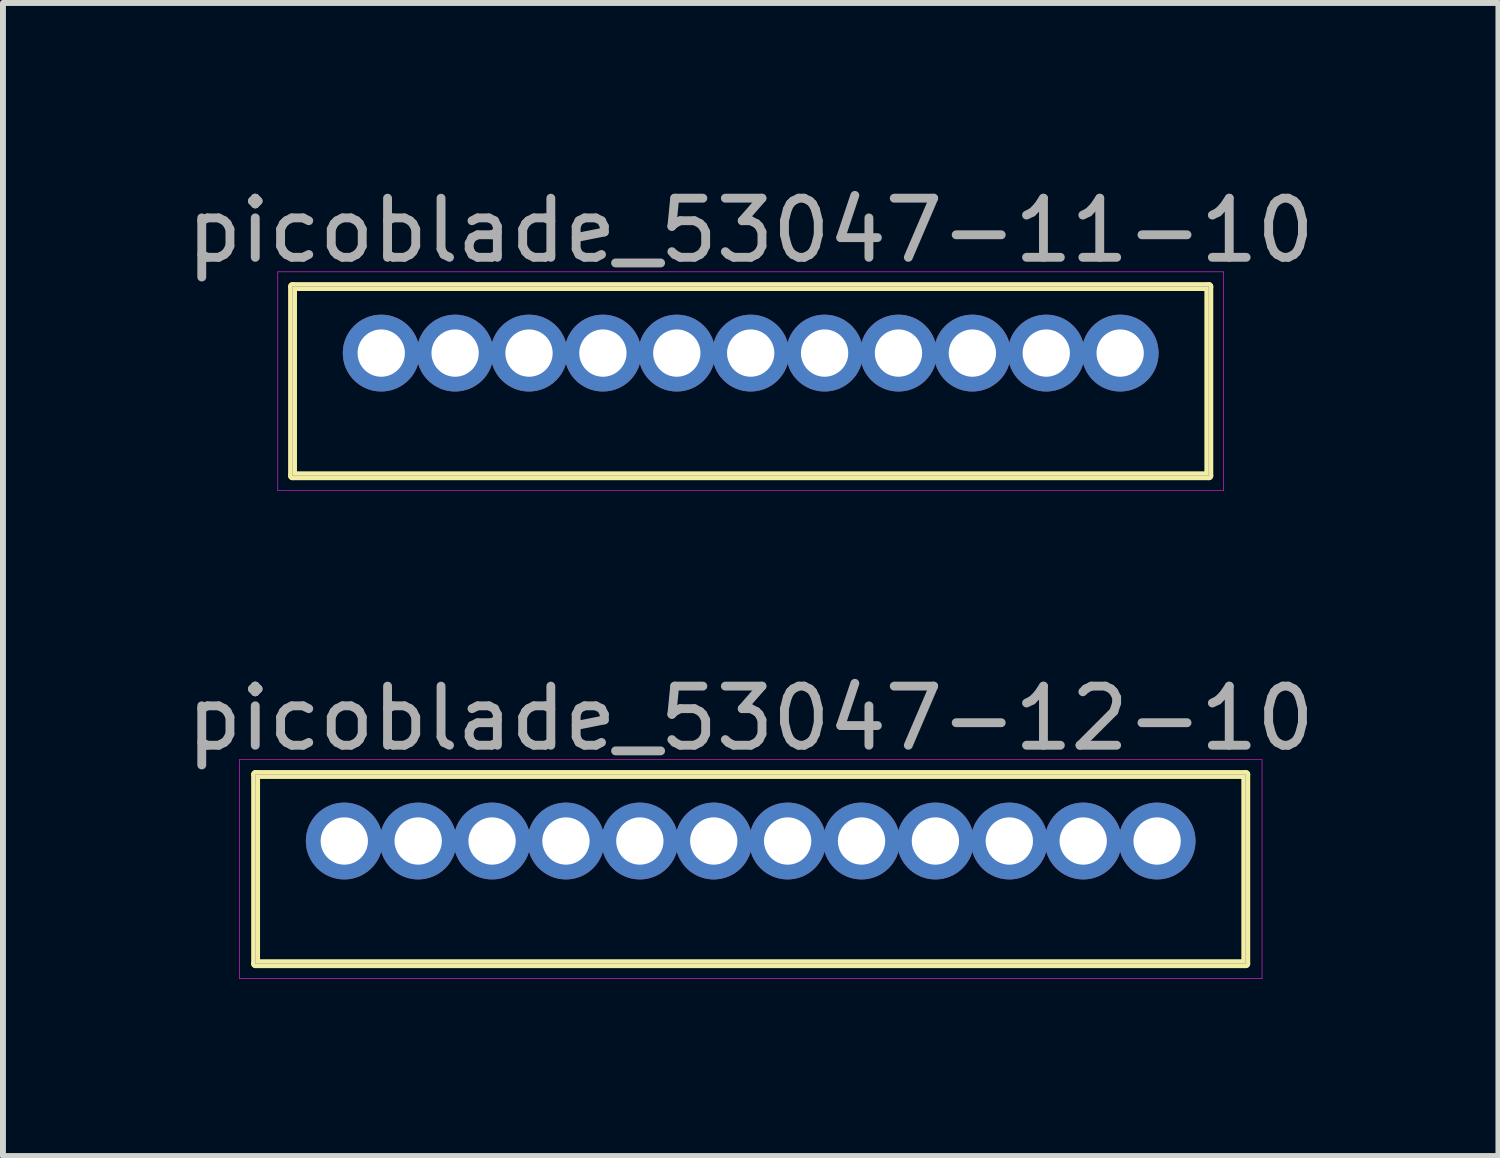
<source format=kicad_pcb>
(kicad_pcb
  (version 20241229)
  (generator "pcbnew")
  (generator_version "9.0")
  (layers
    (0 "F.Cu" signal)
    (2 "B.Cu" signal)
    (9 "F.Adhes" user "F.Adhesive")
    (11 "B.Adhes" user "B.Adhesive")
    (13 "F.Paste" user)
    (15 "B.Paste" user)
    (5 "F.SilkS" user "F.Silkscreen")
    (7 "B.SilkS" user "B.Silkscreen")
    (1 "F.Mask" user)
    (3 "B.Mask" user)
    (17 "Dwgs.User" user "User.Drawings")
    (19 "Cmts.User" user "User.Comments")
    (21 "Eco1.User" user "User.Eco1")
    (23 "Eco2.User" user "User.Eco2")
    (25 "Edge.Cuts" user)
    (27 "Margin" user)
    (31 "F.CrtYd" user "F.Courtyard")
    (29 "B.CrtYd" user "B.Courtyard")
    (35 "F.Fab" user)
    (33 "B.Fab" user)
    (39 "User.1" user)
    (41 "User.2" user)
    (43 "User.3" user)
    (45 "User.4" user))
  (footprint "picoblade_53047-11-10"
    (layer "F.Cu")
    (at 9.649 2.923)
    (property "Reference" "picoblade_53047-11-10" (at 0 -2.075 0) (layer "F.Fab") (effects (font (size 1 1) (thickness 0.15))))
    (attr through_hole)
    (fp_line (start -7.75 -1.125) (end 7.75 -1.125) (stroke (width 0.15) (type solid)) (layer "F.SilkS"))
    (fp_line (start -7.75 2.075) (end -7.75 -1.125) (stroke (width 0.15) (type solid)) (layer "F.SilkS"))
    (fp_line (start 7.75 -1.125) (end 7.75 2.075) (stroke (width 0.15) (type solid)) (layer "F.SilkS"))
    (fp_line (start 7.75 2.075) (end -7.75 2.075) (stroke (width 0.15) (type solid)) (layer "F.SilkS"))
    (fp_line (start -8 -1.375) (end 8 -1.375) (stroke (width 0.01) (type solid)) (layer "F.CrtYd"))
    (fp_line (start -8 2.325) (end -8 -1.375) (stroke (width 0.01) (type solid)) (layer "F.CrtYd"))
    (fp_line (start 8 -1.375) (end 8 2.325) (stroke (width 0.01) (type solid)) (layer "F.CrtYd"))
    (fp_line (start 8 2.325) (end -8 2.325) (stroke (width 0.01) (type solid)) (layer "F.CrtYd"))
    (fp_line (start -7.75 -1.125) (end 7.75 -1.125) (stroke (width 0.01) (type solid)) (layer "F.Fab"))
    (fp_line (start -7.75 2.075) (end -7.75 -1.125) (stroke (width 0.01) (type solid)) (layer "F.Fab"))
    (fp_line (start -6.5 -0.25) (end -6 -0.25) (stroke (width 0.01) (type solid)) (layer "F.Fab"))
    (fp_line (start -6.5 0.25) (end -6.5 -0.25) (stroke (width 0.01) (type solid)) (layer "F.Fab"))
    (fp_line (start -6 -0.25) (end -6 0.25) (stroke (width 0.01) (type solid)) (layer "F.Fab"))
    (fp_line (start -6 0.25) (end -6.5 0.25) (stroke (width 0.01) (type solid)) (layer "F.Fab"))
    (fp_line (start -5.25 -0.25) (end -4.75 -0.25) (stroke (width 0.01) (type solid)) (layer "F.Fab"))
    (fp_line (start -5.25 0.25) (end -5.25 -0.25) (stroke (width 0.01) (type solid)) (layer "F.Fab"))
    (fp_line (start -4.75 -0.25) (end -4.75 0.25) (stroke (width 0.01) (type solid)) (layer "F.Fab"))
    (fp_line (start -4.75 0.25) (end -5.25 0.25) (stroke (width 0.01) (type solid)) (layer "F.Fab"))
    (fp_line (start -4 -0.25) (end -3.5 -0.25) (stroke (width 0.01) (type solid)) (layer "F.Fab"))
    (fp_line (start -4 0.25) (end -4 -0.25) (stroke (width 0.01) (type solid)) (layer "F.Fab"))
    (fp_line (start -3.5 -0.25) (end -3.5 0.25) (stroke (width 0.01) (type solid)) (layer "F.Fab"))
    (fp_line (start -3.5 0.25) (end -4 0.25) (stroke (width 0.01) (type solid)) (layer "F.Fab"))
    (fp_line (start -2.75 -0.25) (end -2.25 -0.25) (stroke (width 0.01) (type solid)) (layer "F.Fab"))
    (fp_line (start -2.75 0.25) (end -2.75 -0.25) (stroke (width 0.01) (type solid)) (layer "F.Fab"))
    (fp_line (start -2.25 -0.25) (end -2.25 0.25) (stroke (width 0.01) (type solid)) (layer "F.Fab"))
    (fp_line (start -2.25 0.25) (end -2.75 0.25) (stroke (width 0.01) (type solid)) (layer "F.Fab"))
    (fp_line (start -1.5 -0.25) (end -1 -0.25) (stroke (width 0.01) (type solid)) (layer "F.Fab"))
    (fp_line (start -1.5 0.25) (end -1.5 -0.25) (stroke (width 0.01) (type solid)) (layer "F.Fab"))
    (fp_line (start -1 -0.25) (end -1 0.25) (stroke (width 0.01) (type solid)) (layer "F.Fab"))
    (fp_line (start -1 0.25) (end -1.5 0.25) (stroke (width 0.01) (type solid)) (layer "F.Fab"))
    (fp_line (start -0.25 -0.25) (end 0.25 -0.25) (stroke (width 0.01) (type solid)) (layer "F.Fab"))
    (fp_line (start -0.25 0.25) (end -0.25 -0.25) (stroke (width 0.01) (type solid)) (layer "F.Fab"))
    (fp_line (start 0.25 -0.25) (end 0.25 0.25) (stroke (width 0.01) (type solid)) (layer "F.Fab"))
    (fp_line (start 0.25 0.25) (end -0.25 0.25) (stroke (width 0.01) (type solid)) (layer "F.Fab"))
    (fp_line (start 1 -0.25) (end 1.5 -0.25) (stroke (width 0.01) (type solid)) (layer "F.Fab"))
    (fp_line (start 1 0.25) (end 1 -0.25) (stroke (width 0.01) (type solid)) (layer "F.Fab"))
    (fp_line (start 1.5 -0.25) (end 1.5 0.25) (stroke (width 0.01) (type solid)) (layer "F.Fab"))
    (fp_line (start 1.5 0.25) (end 1 0.25) (stroke (width 0.01) (type solid)) (layer "F.Fab"))
    (fp_line (start 2.25 -0.25) (end 2.75 -0.25) (stroke (width 0.01) (type solid)) (layer "F.Fab"))
    (fp_line (start 2.25 0.25) (end 2.25 -0.25) (stroke (width 0.01) (type solid)) (layer "F.Fab"))
    (fp_line (start 2.75 -0.25) (end 2.75 0.25) (stroke (width 0.01) (type solid)) (layer "F.Fab"))
    (fp_line (start 2.75 0.25) (end 2.25 0.25) (stroke (width 0.01) (type solid)) (layer "F.Fab"))
    (fp_line (start 3.5 -0.25) (end 4 -0.25) (stroke (width 0.01) (type solid)) (layer "F.Fab"))
    (fp_line (start 3.5 0.25) (end 3.5 -0.25) (stroke (width 0.01) (type solid)) (layer "F.Fab"))
    (fp_line (start 4 -0.25) (end 4 0.25) (stroke (width 0.01) (type solid)) (layer "F.Fab"))
    (fp_line (start 4 0.25) (end 3.5 0.25) (stroke (width 0.01) (type solid)) (layer "F.Fab"))
    (fp_line (start 4.75 -0.25) (end 5.25 -0.25) (stroke (width 0.01) (type solid)) (layer "F.Fab"))
    (fp_line (start 4.75 0.25) (end 4.75 -0.25) (stroke (width 0.01) (type solid)) (layer "F.Fab"))
    (fp_line (start 5.25 -0.25) (end 5.25 0.25) (stroke (width 0.01) (type solid)) (layer "F.Fab"))
    (fp_line (start 5.25 0.25) (end 4.75 0.25) (stroke (width 0.01) (type solid)) (layer "F.Fab"))
    (fp_line (start 6 -0.25) (end 6.5 -0.25) (stroke (width 0.01) (type solid)) (layer "F.Fab"))
    (fp_line (start 6 0.25) (end 6 -0.25) (stroke (width 0.01) (type solid)) (layer "F.Fab"))
    (fp_line (start 6.5 -0.25) (end 6.5 0.25) (stroke (width 0.01) (type solid)) (layer "F.Fab"))
    (fp_line (start 6.5 0.25) (end 6 0.25) (stroke (width 0.01) (type solid)) (layer "F.Fab"))
    (fp_line (start 7.75 -1.125) (end 7.75 2.075) (stroke (width 0.01) (type solid)) (layer "F.Fab"))
    (fp_line (start 7.75 2.075) (end -7.75 2.075) (stroke (width 0.01) (type solid)) (layer "F.Fab"))
    (pad "1" thru_hole circle (at 6.25 0) (size 1.3 1.3) (drill 0.8) (layers "*.Cu" "*.Mask"))
    (pad "2" thru_hole circle (at 5 0) (size 1.3 1.3) (drill 0.8) (layers "*.Cu" "*.Mask"))
    (pad "3" thru_hole circle (at 3.75 0) (size 1.3 1.3) (drill 0.8) (layers "*.Cu" "*.Mask"))
    (pad "4" thru_hole circle (at 2.5 0) (size 1.3 1.3) (drill 0.8) (layers "*.Cu" "*.Mask"))
    (pad "5" thru_hole circle (at 1.25 0) (size 1.3 1.3) (drill 0.8) (layers "*.Cu" "*.Mask"))
    (pad "6" thru_hole circle (at 0 0) (size 1.3 1.3) (drill 0.8) (layers "*.Cu" "*.Mask"))
    (pad "7" thru_hole circle (at -1.25 0) (size 1.3 1.3) (drill 0.8) (layers "*.Cu" "*.Mask"))
    (pad "8" thru_hole circle (at -2.5 0) (size 1.3 1.3) (drill 0.8) (layers "*.Cu" "*.Mask"))
    (pad "9" thru_hole circle (at -3.75 0) (size 1.3 1.3) (drill 0.8) (layers "*.Cu" "*.Mask"))
    (pad "10" thru_hole circle (at -5 0) (size 1.3 1.3) (drill 0.8) (layers "*.Cu" "*.Mask"))
    (pad "11" thru_hole circle (at -6.25 0) (size 1.3 1.3) (drill 0.8) (layers "*.Cu" "*.Mask")))
  (footprint "picoblade_53047-12-10"
    (layer "F.Cu")
    (at 9.649 11.177)
    (property "Reference" "picoblade_53047-12-10" (at 0 -2.075 0) (layer "F.Fab") (effects (font (size 1 1) (thickness 0.15))))
    (attr through_hole)
    (fp_line (start -8.375 -1.125) (end 8.375 -1.125) (stroke (width 0.15) (type solid)) (layer "F.SilkS"))
    (fp_line (start -8.375 2.075) (end -8.375 -1.125) (stroke (width 0.15) (type solid)) (layer "F.SilkS"))
    (fp_line (start 8.375 -1.125) (end 8.375 2.075) (stroke (width 0.15) (type solid)) (layer "F.SilkS"))
    (fp_line (start 8.375 2.075) (end -8.375 2.075) (stroke (width 0.15) (type solid)) (layer "F.SilkS"))
    (fp_line (start -8.65 -1.375) (end 8.65 -1.375) (stroke (width 0.01) (type solid)) (layer "F.CrtYd"))
    (fp_line (start -8.65 2.325) (end -8.65 -1.375) (stroke (width 0.01) (type solid)) (layer "F.CrtYd"))
    (fp_line (start 8.65 -1.375) (end 8.65 2.325) (stroke (width 0.01) (type solid)) (layer "F.CrtYd"))
    (fp_line (start 8.65 2.325) (end -8.65 2.325) (stroke (width 0.01) (type solid)) (layer "F.CrtYd"))
    (fp_line (start -8.375 -1.125) (end 8.375 -1.125) (stroke (width 0.01) (type solid)) (layer "F.Fab"))
    (fp_line (start -8.375 2.075) (end -8.375 -1.125) (stroke (width 0.01) (type solid)) (layer "F.Fab"))
    (fp_line (start -7.125 -0.25) (end -6.625 -0.25) (stroke (width 0.01) (type solid)) (layer "F.Fab"))
    (fp_line (start -7.125 0.25) (end -7.125 -0.25) (stroke (width 0.01) (type solid)) (layer "F.Fab"))
    (fp_line (start -6.625 -0.25) (end -6.625 0.25) (stroke (width 0.01) (type solid)) (layer "F.Fab"))
    (fp_line (start -6.625 0.25) (end -7.125 0.25) (stroke (width 0.01) (type solid)) (layer "F.Fab"))
    (fp_line (start -5.875 -0.25) (end -5.375 -0.25) (stroke (width 0.01) (type solid)) (layer "F.Fab"))
    (fp_line (start -5.875 0.25) (end -5.875 -0.25) (stroke (width 0.01) (type solid)) (layer "F.Fab"))
    (fp_line (start -5.375 -0.25) (end -5.375 0.25) (stroke (width 0.01) (type solid)) (layer "F.Fab"))
    (fp_line (start -5.375 0.25) (end -5.875 0.25) (stroke (width 0.01) (type solid)) (layer "F.Fab"))
    (fp_line (start -4.625 -0.25) (end -4.125 -0.25) (stroke (width 0.01) (type solid)) (layer "F.Fab"))
    (fp_line (start -4.625 0.25) (end -4.625 -0.25) (stroke (width 0.01) (type solid)) (layer "F.Fab"))
    (fp_line (start -4.125 -0.25) (end -4.125 0.25) (stroke (width 0.01) (type solid)) (layer "F.Fab"))
    (fp_line (start -4.125 0.25) (end -4.625 0.25) (stroke (width 0.01) (type solid)) (layer "F.Fab"))
    (fp_line (start -3.375 -0.25) (end -2.875 -0.25) (stroke (width 0.01) (type solid)) (layer "F.Fab"))
    (fp_line (start -3.375 0.25) (end -3.375 -0.25) (stroke (width 0.01) (type solid)) (layer "F.Fab"))
    (fp_line (start -2.875 -0.25) (end -2.875 0.25) (stroke (width 0.01) (type solid)) (layer "F.Fab"))
    (fp_line (start -2.875 0.25) (end -3.375 0.25) (stroke (width 0.01) (type solid)) (layer "F.Fab"))
    (fp_line (start -2.125 -0.25) (end -1.625 -0.25) (stroke (width 0.01) (type solid)) (layer "F.Fab"))
    (fp_line (start -2.125 0.25) (end -2.125 -0.25) (stroke (width 0.01) (type solid)) (layer "F.Fab"))
    (fp_line (start -1.625 -0.25) (end -1.625 0.25) (stroke (width 0.01) (type solid)) (layer "F.Fab"))
    (fp_line (start -1.625 0.25) (end -2.125 0.25) (stroke (width 0.01) (type solid)) (layer "F.Fab"))
    (fp_line (start -0.875 -0.25) (end -0.375 -0.25) (stroke (width 0.01) (type solid)) (layer "F.Fab"))
    (fp_line (start -0.875 0.25) (end -0.875 -0.25) (stroke (width 0.01) (type solid)) (layer "F.Fab"))
    (fp_line (start -0.375 -0.25) (end -0.375 0.25) (stroke (width 0.01) (type solid)) (layer "F.Fab"))
    (fp_line (start -0.375 0.25) (end -0.875 0.25) (stroke (width 0.01) (type solid)) (layer "F.Fab"))
    (fp_line (start 0.375 -0.25) (end 0.875 -0.25) (stroke (width 0.01) (type solid)) (layer "F.Fab"))
    (fp_line (start 0.375 0.25) (end 0.375 -0.25) (stroke (width 0.01) (type solid)) (layer "F.Fab"))
    (fp_line (start 0.875 -0.25) (end 0.875 0.25) (stroke (width 0.01) (type solid)) (layer "F.Fab"))
    (fp_line (start 0.875 0.25) (end 0.375 0.25) (stroke (width 0.01) (type solid)) (layer "F.Fab"))
    (fp_line (start 1.625 -0.25) (end 2.125 -0.25) (stroke (width 0.01) (type solid)) (layer "F.Fab"))
    (fp_line (start 1.625 0.25) (end 1.625 -0.25) (stroke (width 0.01) (type solid)) (layer "F.Fab"))
    (fp_line (start 2.125 -0.25) (end 2.125 0.25) (stroke (width 0.01) (type solid)) (layer "F.Fab"))
    (fp_line (start 2.125 0.25) (end 1.625 0.25) (stroke (width 0.01) (type solid)) (layer "F.Fab"))
    (fp_line (start 2.875 -0.25) (end 3.375 -0.25) (stroke (width 0.01) (type solid)) (layer "F.Fab"))
    (fp_line (start 2.875 0.25) (end 2.875 -0.25) (stroke (width 0.01) (type solid)) (layer "F.Fab"))
    (fp_line (start 3.375 -0.25) (end 3.375 0.25) (stroke (width 0.01) (type solid)) (layer "F.Fab"))
    (fp_line (start 3.375 0.25) (end 2.875 0.25) (stroke (width 0.01) (type solid)) (layer "F.Fab"))
    (fp_line (start 4.125 -0.25) (end 4.625 -0.25) (stroke (width 0.01) (type solid)) (layer "F.Fab"))
    (fp_line (start 4.125 0.25) (end 4.125 -0.25) (stroke (width 0.01) (type solid)) (layer "F.Fab"))
    (fp_line (start 4.625 -0.25) (end 4.625 0.25) (stroke (width 0.01) (type solid)) (layer "F.Fab"))
    (fp_line (start 4.625 0.25) (end 4.125 0.25) (stroke (width 0.01) (type solid)) (layer "F.Fab"))
    (fp_line (start 5.375 -0.25) (end 5.875 -0.25) (stroke (width 0.01) (type solid)) (layer "F.Fab"))
    (fp_line (start 5.375 0.25) (end 5.375 -0.25) (stroke (width 0.01) (type solid)) (layer "F.Fab"))
    (fp_line (start 5.875 -0.25) (end 5.875 0.25) (stroke (width 0.01) (type solid)) (layer "F.Fab"))
    (fp_line (start 5.875 0.25) (end 5.375 0.25) (stroke (width 0.01) (type solid)) (layer "F.Fab"))
    (fp_line (start 6.625 -0.25) (end 7.125 -0.25) (stroke (width 0.01) (type solid)) (layer "F.Fab"))
    (fp_line (start 6.625 0.25) (end 6.625 -0.25) (stroke (width 0.01) (type solid)) (layer "F.Fab"))
    (fp_line (start 7.125 -0.25) (end 7.125 0.25) (stroke (width 0.01) (type solid)) (layer "F.Fab"))
    (fp_line (start 7.125 0.25) (end 6.625 0.25) (stroke (width 0.01) (type solid)) (layer "F.Fab"))
    (fp_line (start 8.375 -1.125) (end 8.375 2.075) (stroke (width 0.01) (type solid)) (layer "F.Fab"))
    (fp_line (start 8.375 2.075) (end -8.375 2.075) (stroke (width 0.01) (type solid)) (layer "F.Fab"))
    (pad "1" thru_hole circle (at 6.875 0) (size 1.3 1.3) (drill 0.8) (layers "*.Cu" "*.Mask"))
    (pad "2" thru_hole circle (at 5.625 0) (size 1.3 1.3) (drill 0.8) (layers "*.Cu" "*.Mask"))
    (pad "3" thru_hole circle (at 4.375 0) (size 1.3 1.3) (drill 0.8) (layers "*.Cu" "*.Mask"))
    (pad "4" thru_hole circle (at 3.125 0) (size 1.3 1.3) (drill 0.8) (layers "*.Cu" "*.Mask"))
    (pad "5" thru_hole circle (at 1.875 0) (size 1.3 1.3) (drill 0.8) (layers "*.Cu" "*.Mask"))
    (pad "6" thru_hole circle (at 0.625 0) (size 1.3 1.3) (drill 0.8) (layers "*.Cu" "*.Mask"))
    (pad "7" thru_hole circle (at -0.625 0) (size 1.3 1.3) (drill 0.8) (layers "*.Cu" "*.Mask"))
    (pad "8" thru_hole circle (at -1.875 0) (size 1.3 1.3) (drill 0.8) (layers "*.Cu" "*.Mask"))
    (pad "9" thru_hole circle (at -3.125 0) (size 1.3 1.3) (drill 0.8) (layers "*.Cu" "*.Mask"))
    (pad "10" thru_hole circle (at -4.375 0) (size 1.3 1.3) (drill 0.8) (layers "*.Cu" "*.Mask"))
    (pad "11" thru_hole circle (at -5.625 0) (size 1.3 1.3) (drill 0.8) (layers "*.Cu" "*.Mask"))
    (pad "12" thru_hole circle (at -6.875 0) (size 1.3 1.3) (drill 0.8) (layers "*.Cu" "*.Mask")))
  (gr_rect
    (start -3 -3)
    (end 22.298 16.506)
    (stroke (width 0.1) (type default))
    (fill no)
    (layer "Edge.Cuts")))
</source>
